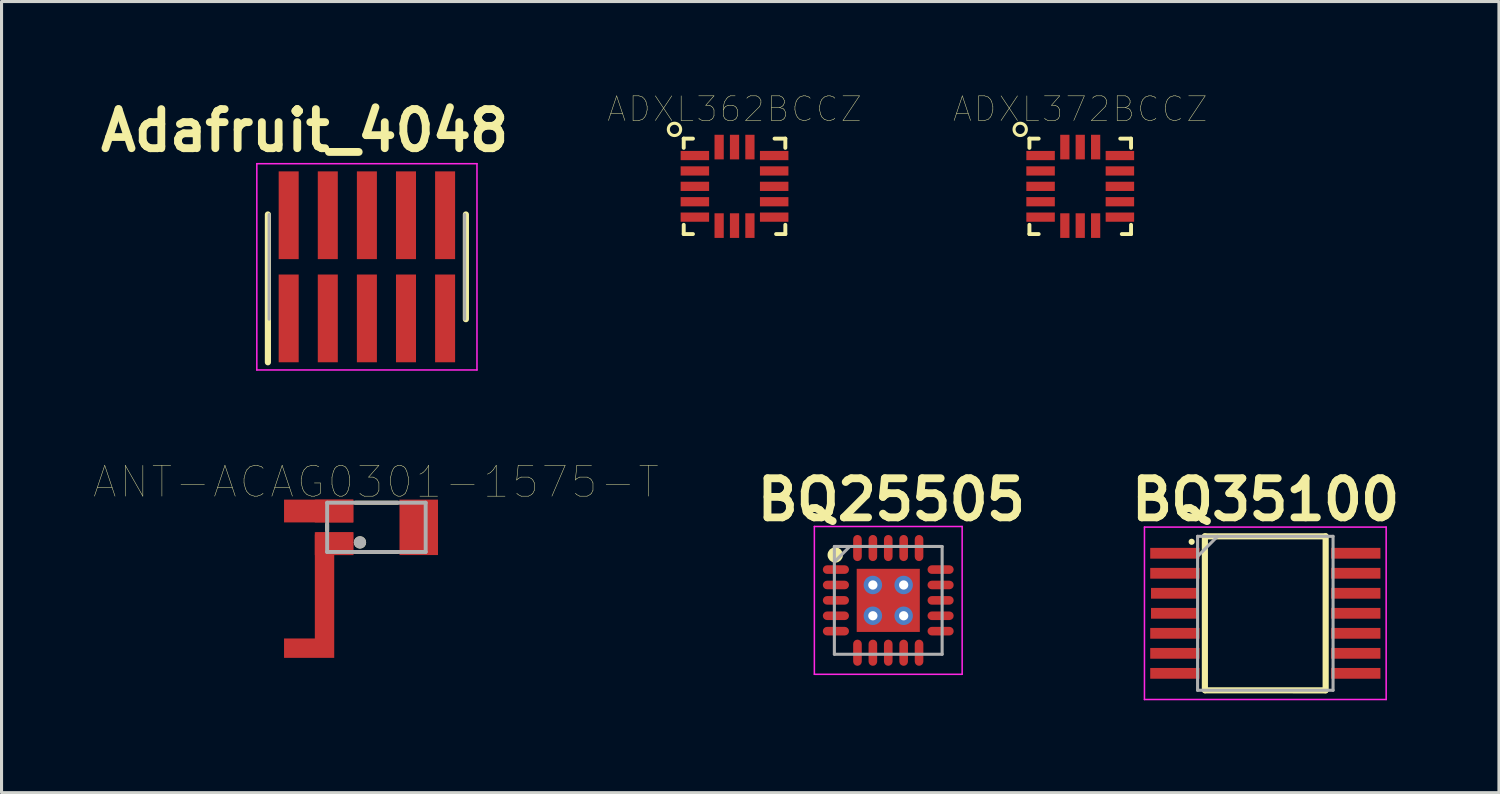
<source format=kicad_pcb>
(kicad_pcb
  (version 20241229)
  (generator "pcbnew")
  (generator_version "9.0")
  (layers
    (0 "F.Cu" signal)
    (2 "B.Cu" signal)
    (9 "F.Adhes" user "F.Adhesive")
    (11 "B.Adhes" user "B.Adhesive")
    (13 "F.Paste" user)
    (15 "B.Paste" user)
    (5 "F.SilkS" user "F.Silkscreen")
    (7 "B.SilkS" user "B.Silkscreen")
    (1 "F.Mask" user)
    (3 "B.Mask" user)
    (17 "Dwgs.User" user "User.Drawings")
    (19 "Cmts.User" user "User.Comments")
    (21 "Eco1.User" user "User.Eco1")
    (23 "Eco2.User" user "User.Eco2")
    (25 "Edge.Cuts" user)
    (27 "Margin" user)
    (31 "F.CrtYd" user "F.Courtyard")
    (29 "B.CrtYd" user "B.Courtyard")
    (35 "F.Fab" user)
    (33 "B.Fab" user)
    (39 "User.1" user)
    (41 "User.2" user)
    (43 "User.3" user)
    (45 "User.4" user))
  (footprint "Adafruit_4048"
    (layer "F.Cu")
    (at 8.866 5.616)
    (property "Reference" "Adafruit_4048" (at -2.02 -4.427 0) (layer "F.SilkS") (effects (font (size 1.27 1.27) (thickness 0.254))))
    (attr smd)
    (fp_line (start -3.215 3.1) (end -3.215 -1.7) (stroke (width 0.2) (type solid)) (layer "F.SilkS"))
    (fp_line (start 3.215 1.7) (end 3.215 -1.7) (stroke (width 0.2) (type solid)) (layer "F.SilkS"))
    (fp_line (start -3.575 -3.35) (end 3.575 -3.35) (stroke (width 0.05) (type solid)) (layer "F.CrtYd"))
    (fp_line (start -3.575 3.35) (end -3.575 -3.35) (stroke (width 0.05) (type solid)) (layer "F.CrtYd"))
    (fp_line (start 3.575 -3.35) (end 3.575 3.35) (stroke (width 0.05) (type solid)) (layer "F.CrtYd"))
    (fp_line (start 3.575 3.35) (end -3.575 3.35) (stroke (width 0.05) (type solid)) (layer "F.CrtYd"))
    (fp_line (start -3.175 1.7) (end -3.175 -1.7) (stroke (width 0.1) (type solid)) (layer "F.Fab"))
    (fp_line (start 3.175 -1.7) (end 3.175 1.7) (stroke (width 0.1) (type solid)) (layer "F.Fab"))
    (pad "1" smd rect (at -2.54 1.675) (size 0.65 2.85) (layers "F.Cu" "F.Mask" "F.Paste"))
    (pad "2" smd rect (at -2.54 -1.675) (size 0.65 2.85) (layers "F.Cu" "F.Mask" "F.Paste"))
    (pad "3" smd rect (at -1.27 1.675) (size 0.65 2.85) (layers "F.Cu" "F.Mask" "F.Paste"))
    (pad "4" smd rect (at -1.27 -1.675) (size 0.65 2.85) (layers "F.Cu" "F.Mask" "F.Paste"))
    (pad "5" smd rect (at 0 1.675) (size 0.65 2.85) (layers "F.Cu" "F.Mask" "F.Paste"))
    (pad "6" smd rect (at 0 -1.675) (size 0.65 2.85) (layers "F.Cu" "F.Mask" "F.Paste"))
    (pad "7" smd rect (at 1.27 1.675) (size 0.65 2.85) (layers "F.Cu" "F.Mask" "F.Paste"))
    (pad "8" smd rect (at 1.27 -1.675) (size 0.65 2.85) (layers "F.Cu" "F.Mask" "F.Paste"))
    (pad "9" smd rect (at 2.54 1.675) (size 0.65 2.85) (layers "F.Cu" "F.Mask" "F.Paste"))
    (pad "10" smd rect (at 2.54 -1.675) (size 0.65 2.85) (layers "F.Cu" "F.Mask" "F.Paste")))
  (footprint "ADXL372BCCZ"
    (layer "F.Cu")
    (at 32.034 3.002)
    (property "Reference" "ADXL372BCCZ" (at 0 -2.508 0) (layer "F.SilkS") (effects (font (size 0.8 0.8) (thickness 0.015))))
    (attr smd)
    (fp_line (start -1.65 -1.55) (end -1.35 -1.55) (stroke (width 0.127) (type solid)) (layer "F.SilkS"))
    (fp_line (start -1.65 -1.25) (end -1.65 -1.55) (stroke (width 0.127) (type solid)) (layer "F.SilkS"))
    (fp_line (start -1.65 1.55) (end -1.65 1.25) (stroke (width 0.127) (type solid)) (layer "F.SilkS"))
    (fp_line (start -1.35 1.55) (end -1.65 1.55) (stroke (width 0.127) (type solid)) (layer "F.SilkS"))
    (fp_line (start 1.3 -1.55) (end 1.65 -1.55) (stroke (width 0.127) (type solid)) (layer "F.SilkS"))
    (fp_line (start 1.65 -1.55) (end 1.65 -1.25) (stroke (width 0.127) (type solid)) (layer "F.SilkS"))
    (fp_line (start 1.65 1.25) (end 1.65 1.55) (stroke (width 0.127) (type solid)) (layer "F.SilkS"))
    (fp_line (start 1.65 1.55) (end 1.35 1.55) (stroke (width 0.127) (type solid)) (layer "F.SilkS"))
    (fp_circle (center -1.95 -1.85) (end -1.75 -1.85) (stroke (width 0.1) (type solid)) (fill no) (layer "F.SilkS"))
    (pad "1" smd rect (at -1.288 -1) (size 0.925 0.3) (layers "F.Cu" "F.Mask" "F.Paste"))
    (pad "2" smd rect (at -1.288 -0.5) (size 0.925 0.3) (layers "F.Cu" "F.Mask" "F.Paste"))
    (pad "3" smd rect (at -1.288 0) (size 0.925 0.3) (layers "F.Cu" "F.Mask" "F.Paste"))
    (pad "4" smd rect (at -1.288 0.5) (size 0.925 0.3) (layers "F.Cu" "F.Mask" "F.Paste"))
    (pad "5" smd rect (at -1.288 1) (size 0.925 0.3) (layers "F.Cu" "F.Mask" "F.Paste"))
    (pad "6" smd rect (at -0.5 1.275) (size 0.3 0.8) (layers "F.Cu" "F.Mask" "F.Paste"))
    (pad "7" smd rect (at 0 1.275) (size 0.3 0.8) (layers "F.Cu" "F.Mask" "F.Paste"))
    (pad "8" smd rect (at 0.5 1.275) (size 0.3 0.8) (layers "F.Cu" "F.Mask" "F.Paste"))
    (pad "9" smd rect (at 1.288 1) (size 0.925 0.3) (layers "F.Cu" "F.Mask" "F.Paste"))
    (pad "10" smd rect (at 1.288 0.5) (size 0.925 0.3) (layers "F.Cu" "F.Mask" "F.Paste"))
    (pad "11" smd rect (at 1.288 0) (size 0.925 0.3) (layers "F.Cu" "F.Mask" "F.Paste"))
    (pad "12" smd rect (at 1.288 -0.5) (size 0.925 0.3) (layers "F.Cu" "F.Mask" "F.Paste"))
    (pad "13" smd rect (at 1.288 -1) (size 0.925 0.3) (layers "F.Cu" "F.Mask" "F.Paste"))
    (pad "14" smd rect (at 0.5 -1.275) (size 0.3 0.8) (layers "F.Cu" "F.Mask" "F.Paste"))
    (pad "15" smd rect (at 0 -1.275) (size 0.3 0.8) (layers "F.Cu" "F.Mask" "F.Paste"))
    (pad "16" smd rect (at -0.5 -1.275) (size 0.3 0.8) (layers "F.Cu" "F.Mask" "F.Paste")))
  (footprint "ANT-ACAG0301-1575-T"
    (layer "F.Cu")
    (at 9.175 14.077)
    (property "Reference" "ANT-ACAG0301-1575-T" (at -0.014 -1.475 0) (layer "F.SilkS") (effects (font (size 1 1) (thickness 0.015))))
    (attr smd)
    (fp_poly (pts (xy -2.2 -0.9) (xy -0.75 -0.9) (xy -0.75 -0.175) (xy -0.75 -0.16) (xy -3 -0.16) (xy -3 -0.47) (xy -3 -0.9) (xy -2.195 -0.9)) (stroke (width 0.001) (type solid)) (fill yes) (layer "F.Cu"))
    (fp_poly (pts (xy -2.005 0.16) (xy -0.75 0.16) (xy -0.75 0.9) (xy -1.37 0.9) (xy -1.37 4.24) (xy -3 4.24) (xy -3 3.61) (xy -2 3.61) (xy -2 0.235) (xy -1.865 0.22)) (stroke (width 0.001) (type solid)) (fill yes) (layer "F.Cu"))
    (fp_line (start -1.6 0.096) (end -1.6 -0.095) (stroke (width 0.127) (type solid)) (layer "F.SilkS"))
    (fp_line (start -0.686 -0.8) (end 0.685 -0.8) (stroke (width 0.127) (type solid)) (layer "F.SilkS"))
    (fp_line (start 0.684 0.8) (end -0.686 0.8) (stroke (width 0.127) (type solid)) (layer "F.SilkS"))
    (fp_circle (center -0.534 0.489) (end -0.434 0.489) (stroke (width 0.2) (type solid)) (fill no) (layer "F.SilkS"))
    (fp_line (start -1.6 -0.8) (end 1.6 -0.8) (stroke (width 0.127) (type solid)) (layer "F.Fab"))
    (fp_line (start -1.6 0.8) (end -1.6 -0.8) (stroke (width 0.127) (type solid)) (layer "F.Fab"))
    (fp_line (start 1.6 -0.8) (end 1.6 0.8) (stroke (width 0.127) (type solid)) (layer "F.Fab"))
    (fp_line (start 1.6 0.8) (end -1.6 0.8) (stroke (width 0.127) (type solid)) (layer "F.Fab"))
    (fp_circle (center -0.534 0.489) (end -0.434 0.489) (stroke (width 0.2) (type solid)) (fill no) (layer "F.Fab"))
    (pad "1" smd rect (at -1.375 0.53) (size 1.25 0.74) (layers "F.Cu" "F.Mask" "F.Paste"))
    (pad "2" smd rect (at -1.375 -0.53) (size 1.25 0.74) (layers "F.Cu" "F.Mask" "F.Paste"))
    (pad "2" smd rect (at 1.375 0) (size 1.25 1.8) (layers "F.Cu" "F.Mask" "F.Paste")))
  (footprint "ADXL362BCCZ"
    (layer "F.Cu")
    (at 20.806 3.002)
    (property "Reference" "ADXL362BCCZ" (at 0 -2.508 0) (layer "F.SilkS") (effects (font (size 0.8 0.8) (thickness 0.015))))
    (attr smd)
    (fp_line (start -1.65 -1.55) (end -1.35 -1.55) (stroke (width 0.127) (type solid)) (layer "F.SilkS"))
    (fp_line (start -1.65 -1.25) (end -1.65 -1.55) (stroke (width 0.127) (type solid)) (layer "F.SilkS"))
    (fp_line (start -1.65 1.55) (end -1.65 1.25) (stroke (width 0.127) (type solid)) (layer "F.SilkS"))
    (fp_line (start -1.35 1.55) (end -1.65 1.55) (stroke (width 0.127) (type solid)) (layer "F.SilkS"))
    (fp_line (start 1.3 -1.55) (end 1.65 -1.55) (stroke (width 0.127) (type solid)) (layer "F.SilkS"))
    (fp_line (start 1.65 -1.55) (end 1.65 -1.25) (stroke (width 0.127) (type solid)) (layer "F.SilkS"))
    (fp_line (start 1.65 1.25) (end 1.65 1.55) (stroke (width 0.127) (type solid)) (layer "F.SilkS"))
    (fp_line (start 1.65 1.55) (end 1.35 1.55) (stroke (width 0.127) (type solid)) (layer "F.SilkS"))
    (fp_circle (center -1.95 -1.85) (end -1.75 -1.85) (stroke (width 0.1) (type solid)) (fill no) (layer "F.SilkS"))
    (pad "1" smd rect (at -1.288 -1) (size 0.925 0.3) (layers "F.Cu" "F.Mask" "F.Paste"))
    (pad "2" smd rect (at -1.288 -0.5) (size 0.925 0.3) (layers "F.Cu" "F.Mask" "F.Paste"))
    (pad "3" smd rect (at -1.288 0) (size 0.925 0.3) (layers "F.Cu" "F.Mask" "F.Paste"))
    (pad "4" smd rect (at -1.288 0.5) (size 0.925 0.3) (layers "F.Cu" "F.Mask" "F.Paste"))
    (pad "5" smd rect (at -1.288 1) (size 0.925 0.3) (layers "F.Cu" "F.Mask" "F.Paste"))
    (pad "6" smd rect (at -0.5 1.275) (size 0.3 0.8) (layers "F.Cu" "F.Mask" "F.Paste"))
    (pad "7" smd rect (at 0 1.275) (size 0.3 0.8) (layers "F.Cu" "F.Mask" "F.Paste"))
    (pad "8" smd rect (at 0.5 1.275) (size 0.3 0.8) (layers "F.Cu" "F.Mask" "F.Paste"))
    (pad "9" smd rect (at 1.288 1) (size 0.925 0.3) (layers "F.Cu" "F.Mask" "F.Paste"))
    (pad "10" smd rect (at 1.288 0.5) (size 0.925 0.3) (layers "F.Cu" "F.Mask" "F.Paste"))
    (pad "11" smd rect (at 1.288 0) (size 0.925 0.3) (layers "F.Cu" "F.Mask" "F.Paste"))
    (pad "12" smd rect (at 1.288 -0.5) (size 0.925 0.3) (layers "F.Cu" "F.Mask" "F.Paste"))
    (pad "13" smd rect (at 1.288 -1) (size 0.925 0.3) (layers "F.Cu" "F.Mask" "F.Paste"))
    (pad "14" smd rect (at 0.5 -1.275) (size 0.3 0.8) (layers "F.Cu" "F.Mask" "F.Paste"))
    (pad "15" smd rect (at 0 -1.275) (size 0.3 0.8) (layers "F.Cu" "F.Mask" "F.Paste"))
    (pad "16" smd rect (at -0.5 -1.275) (size 0.3 0.8) (layers "F.Cu" "F.Mask" "F.Paste")))
  (footprint "BQ25505"
    (layer "F.Cu")
    (at 25.799 16.449)
    (property "Reference" "BQ25505" (at 0.1 -3.27 0) (layer "F.SilkS") (effects (font (size 1.27 1.27) (thickness 0.254))))
    (attr smd)
    (fp_circle (center -1.722 -1.475) (end -1.722 -1.35) (stroke (width 0.25) (type solid)) (fill no) (layer "F.SilkS"))
    (fp_line (start -2.4 -2.4) (end 2.4 -2.4) (stroke (width 0.05) (type solid)) (layer "F.CrtYd"))
    (fp_line (start -2.4 2.4) (end -2.4 -2.4) (stroke (width 0.05) (type solid)) (layer "F.CrtYd"))
    (fp_line (start 2.4 -2.4) (end 2.4 2.4) (stroke (width 0.05) (type solid)) (layer "F.CrtYd"))
    (fp_line (start 2.4 2.4) (end -2.4 2.4) (stroke (width 0.05) (type solid)) (layer "F.CrtYd"))
    (fp_line (start -1.75 -1.75) (end 1.75 -1.75) (stroke (width 0.1) (type solid)) (layer "F.Fab"))
    (fp_line (start -1.75 -1.25) (end -1.25 -1.75) (stroke (width 0.1) (type solid)) (layer "F.Fab"))
    (fp_line (start -1.75 1.75) (end -1.75 -1.75) (stroke (width 0.1) (type solid)) (layer "F.Fab"))
    (fp_line (start 1.75 -1.75) (end 1.75 1.75) (stroke (width 0.1) (type solid)) (layer "F.Fab"))
    (fp_line (start 1.75 1.75) (end -1.75 1.75) (stroke (width 0.1) (type solid)) (layer "F.Fab"))
    (pad "" smd rect (at -0.56 -0.56) (size 0.82 0.82) (layers "F.Paste"))
    (pad "" smd rect (at -0.56 0.56) (size 0.82 0.82) (layers "F.Paste"))
    (pad "" smd rect (at 0.56 -0.56) (size 0.82 0.82) (layers "F.Paste"))
    (pad "" smd rect (at 0.56 0.56) (size 0.82 0.82) (layers "F.Paste"))
    (pad "1" smd roundrect (at -1.7 -1 90) (size 0.28 0.85) (layers "F.Cu" "F.Mask" "F.Paste") (roundrect_rratio 0.5))
    (pad "2" smd roundrect (at -1.7 -0.5 90) (size 0.28 0.85) (layers "F.Cu" "F.Mask" "F.Paste") (roundrect_rratio 0.5))
    (pad "3" smd roundrect (at -1.7 0 90) (size 0.28 0.85) (layers "F.Cu" "F.Mask" "F.Paste") (roundrect_rratio 0.5))
    (pad "4" smd roundrect (at -1.7 0.5 90) (size 0.28 0.85) (layers "F.Cu" "F.Mask" "F.Paste") (roundrect_rratio 0.5))
    (pad "5" smd roundrect (at -1.7 1 90) (size 0.28 0.85) (layers "F.Cu" "F.Mask" "F.Paste") (roundrect_rratio 0.5))
    (pad "6" smd roundrect (at -1 1.7) (size 0.28 0.85) (layers "F.Cu" "F.Mask" "F.Paste") (roundrect_rratio 0.5))
    (pad "7" smd roundrect (at -0.5 1.7) (size 0.28 0.85) (layers "F.Cu" "F.Mask" "F.Paste") (roundrect_rratio 0.5))
    (pad "8" smd roundrect (at 0 1.7) (size 0.28 0.85) (layers "F.Cu" "F.Mask" "F.Paste") (roundrect_rratio 0.5))
    (pad "9" smd roundrect (at 0.5 1.7) (size 0.28 0.85) (layers "F.Cu" "F.Mask" "F.Paste") (roundrect_rratio 0.5))
    (pad "10" smd roundrect (at 1 1.7) (size 0.28 0.85) (layers "F.Cu" "F.Mask" "F.Paste") (roundrect_rratio 0.5))
    (pad "11" smd roundrect (at 1.7 1 90) (size 0.28 0.85) (layers "F.Cu" "F.Mask" "F.Paste") (roundrect_rratio 0.5))
    (pad "12" smd roundrect (at 1.7 0.5 90) (size 0.28 0.85) (layers "F.Cu" "F.Mask" "F.Paste") (roundrect_rratio 0.5))
    (pad "13" smd roundrect (at 1.7 0 90) (size 0.28 0.85) (layers "F.Cu" "F.Mask" "F.Paste") (roundrect_rratio 0.5))
    (pad "14" smd roundrect (at 1.7 -0.5 90) (size 0.28 0.85) (layers "F.Cu" "F.Mask" "F.Paste") (roundrect_rratio 0.5))
    (pad "15" smd roundrect (at 1.7 -1 90) (size 0.28 0.85) (layers "F.Cu" "F.Mask" "F.Paste") (roundrect_rratio 0.5))
    (pad "16" smd roundrect (at 1 -1.7) (size 0.28 0.85) (layers "F.Cu" "F.Mask" "F.Paste") (roundrect_rratio 0.5))
    (pad "17" smd roundrect (at 0.5 -1.7) (size 0.28 0.85) (layers "F.Cu" "F.Mask" "F.Paste") (roundrect_rratio 0.5))
    (pad "18" smd roundrect (at 0 -1.7) (size 0.28 0.85) (layers "F.Cu" "F.Mask" "F.Paste") (roundrect_rratio 0.5))
    (pad "19" smd roundrect (at -0.5 -1.7) (size 0.28 0.85) (layers "F.Cu" "F.Mask" "F.Paste") (roundrect_rratio 0.5))
    (pad "20" smd roundrect (at -1 -1.7) (size 0.28 0.85) (layers "F.Cu" "F.Mask" "F.Paste") (roundrect_rratio 0.5))
    (pad "21" thru_hole circle (at -0.5 -0.5) (size 0.6 0.6) (drill 0.3) (layers "*.Cu"))
    (pad "21" thru_hole circle (at -0.5 0.5) (size 0.6 0.6) (drill 0.3) (layers "*.Cu"))
    (pad "21" smd rect (at 0 0) (size 2.05 2.05) (layers "F.Cu" "F.Mask"))
    (pad "21" thru_hole circle (at 0.5 -0.5) (size 0.6 0.6) (drill 0.3) (layers "*.Cu"))
    (pad "21" thru_hole circle (at 0.5 0.5) (size 0.6 0.6) (drill 0.3) (layers "*.Cu")))
  (footprint "BQ35100"
    (layer "F.Cu")
    (at 38.045 16.869)
    (property "Reference" "BQ35100" (at 0.01 -3.69 0) (layer "F.SilkS") (effects (font (size 1.27 1.27) (thickness 0.254))))
    (attr smd)
    (fp_line (start -2.392 -2.323) (end -2.392 -2.323) (stroke (width 0.2) (type solid)) (layer "F.SilkS"))
    (fp_line (start -1.963 2.499) (end -1.963 -2.501) (stroke (width 0.2) (type solid)) (layer "F.SilkS"))
    (fp_line (start -1.957 -2.5) (end 1.957 -2.5) (stroke (width 0.2) (type solid)) (layer "F.SilkS"))
    (fp_line (start 1.953 2.503) (end -1.948 2.501) (stroke (width 0.2) (type solid)) (layer "F.SilkS"))
    (fp_line (start 1.96 -2.501) (end 1.96 2.499) (stroke (width 0.2) (type solid)) (layer "F.SilkS"))
    (fp_line (start -3.925 -2.8) (end 3.925 -2.8) (stroke (width 0.05) (type solid)) (layer "F.CrtYd"))
    (fp_line (start -3.925 2.8) (end -3.925 -2.8) (stroke (width 0.05) (type solid)) (layer "F.CrtYd"))
    (fp_line (start 3.925 -2.8) (end 3.925 2.8) (stroke (width 0.05) (type solid)) (layer "F.CrtYd"))
    (fp_line (start 3.925 2.8) (end -3.925 2.8) (stroke (width 0.05) (type solid)) (layer "F.CrtYd"))
    (fp_line (start -2.2 -2.5) (end 2.2 -2.5) (stroke (width 0.1) (type solid)) (layer "F.Fab"))
    (fp_line (start -2.2 -1.85) (end -1.55 -2.5) (stroke (width 0.1) (type solid)) (layer "F.Fab"))
    (fp_line (start -2.2 2.5) (end -2.2 -2.5) (stroke (width 0.1) (type solid)) (layer "F.Fab"))
    (fp_line (start 2.2 -2.5) (end 2.2 2.5) (stroke (width 0.1) (type solid)) (layer "F.Fab"))
    (fp_line (start 2.2 2.5) (end -2.2 2.5) (stroke (width 0.1) (type solid)) (layer "F.Fab"))
    (pad "1" smd rect (at -2.938 -1.95 90) (size 0.35 1.6) (layers "F.Cu" "F.Mask" "F.Paste"))
    (pad "2" smd rect (at -2.938 -1.3 90) (size 0.35 1.6) (layers "F.Cu" "F.Mask" "F.Paste"))
    (pad "3" smd rect (at -2.938 -0.65 90) (size 0.35 1.55) (layers "F.Cu" "F.Mask" "F.Paste"))
    (pad "4" smd rect (at -2.938 0 90) (size 0.35 1.55) (layers "F.Cu" "F.Mask" "F.Paste"))
    (pad "5" smd rect (at -2.938 0.65 90) (size 0.35 1.6) (layers "F.Cu" "F.Mask" "F.Paste"))
    (pad "6" smd rect (at -2.938 1.3 90) (size 0.35 1.6) (layers "F.Cu" "F.Mask" "F.Paste"))
    (pad "7" smd rect (at -2.938 1.95 90) (size 0.35 1.6) (layers "F.Cu" "F.Mask" "F.Paste"))
    (pad "8" smd rect (at 2.938 1.95 90) (size 0.35 1.6) (layers "F.Cu" "F.Mask" "F.Paste"))
    (pad "9" smd rect (at 2.938 1.3 90) (size 0.35 1.6) (layers "F.Cu" "F.Mask" "F.Paste"))
    (pad "10" smd rect (at 2.938 0.65 90) (size 0.35 1.6) (layers "F.Cu" "F.Mask" "F.Paste"))
    (pad "11" smd rect (at 2.938 0 90) (size 0.35 1.6) (layers "F.Cu" "F.Mask" "F.Paste"))
    (pad "12" smd rect (at 2.938 -0.65 90) (size 0.35 1.6) (layers "F.Cu" "F.Mask" "F.Paste"))
    (pad "13" smd rect (at 2.938 -1.3 90) (size 0.35 1.6) (layers "F.Cu" "F.Mask" "F.Paste"))
    (pad "14" smd rect (at 2.938 -1.95 90) (size 0.35 1.6) (layers "F.Cu" "F.Mask" "F.Paste")))
  (gr_rect
    (start -3 -3)
    (end 45.633 22.694)
    (stroke (width 0.1) (type default))
    (fill no)
    (layer "Edge.Cuts")))
</source>
